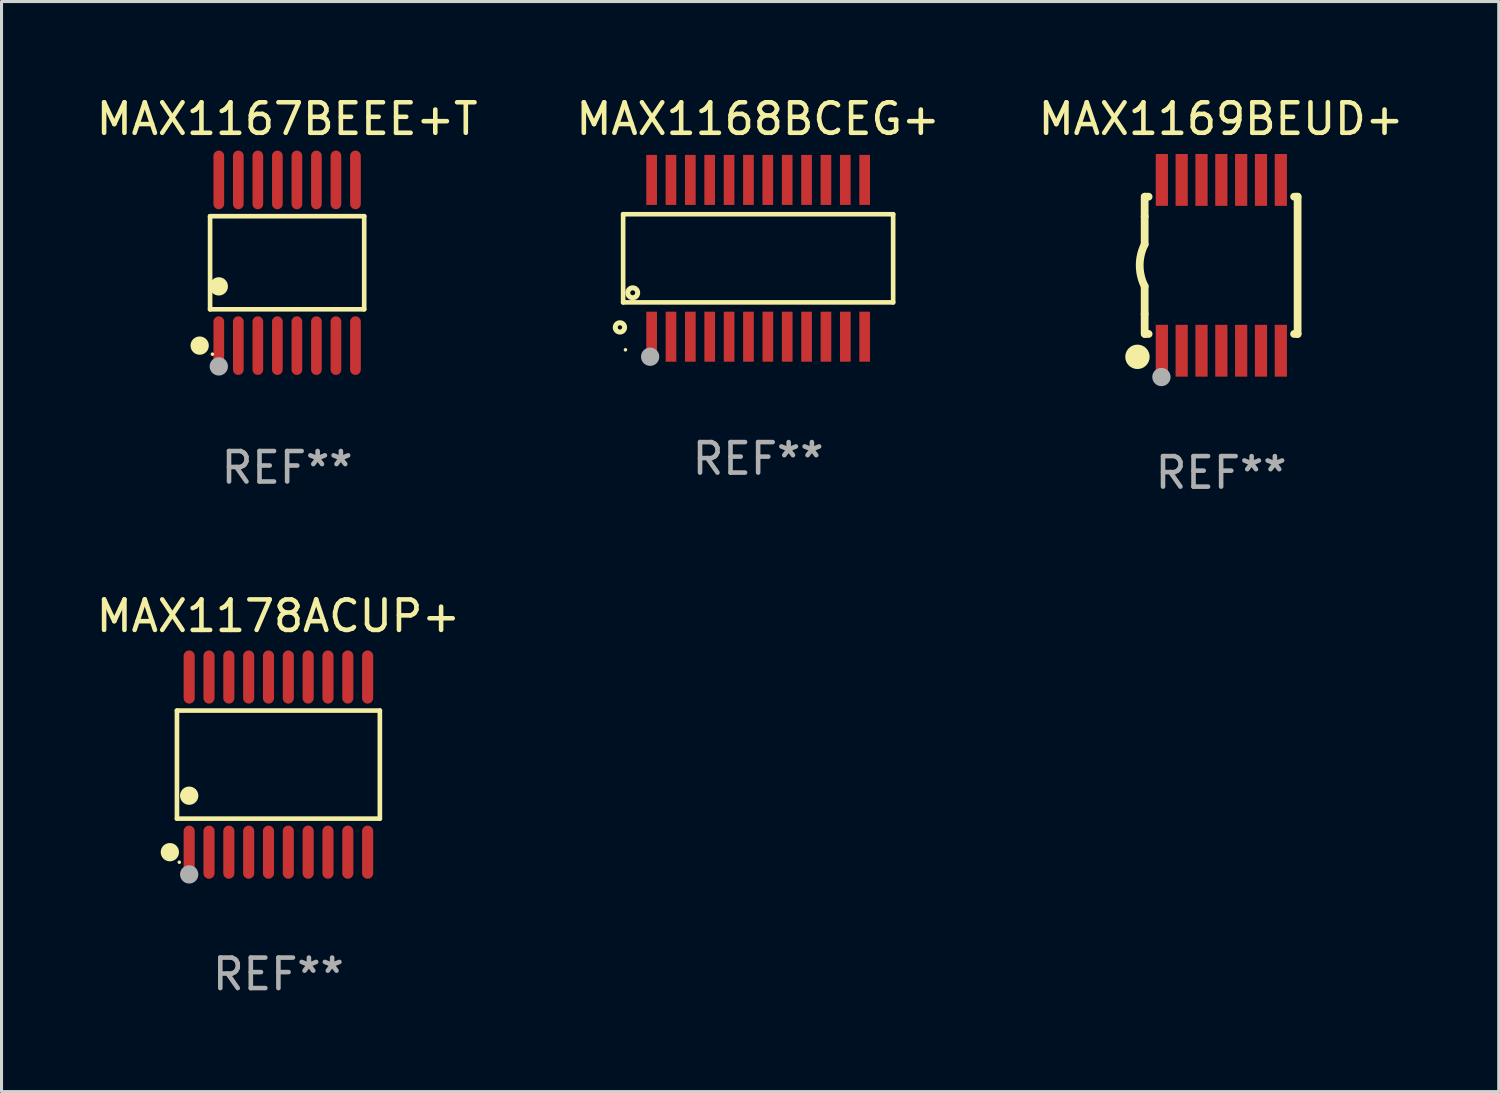
<source format=kicad_pcb>
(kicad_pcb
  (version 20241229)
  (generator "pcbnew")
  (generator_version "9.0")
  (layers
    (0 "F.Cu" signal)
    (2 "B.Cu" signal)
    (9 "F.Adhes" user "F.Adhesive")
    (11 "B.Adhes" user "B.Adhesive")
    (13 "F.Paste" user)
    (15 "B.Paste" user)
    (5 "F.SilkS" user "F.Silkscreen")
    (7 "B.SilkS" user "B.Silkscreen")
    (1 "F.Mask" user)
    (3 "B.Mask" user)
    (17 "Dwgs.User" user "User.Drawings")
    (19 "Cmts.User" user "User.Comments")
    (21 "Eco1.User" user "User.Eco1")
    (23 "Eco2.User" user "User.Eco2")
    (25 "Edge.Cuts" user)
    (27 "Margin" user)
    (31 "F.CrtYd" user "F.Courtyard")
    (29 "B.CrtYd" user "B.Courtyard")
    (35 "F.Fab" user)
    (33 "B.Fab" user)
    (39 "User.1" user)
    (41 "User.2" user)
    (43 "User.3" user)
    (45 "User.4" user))
  (footprint "MAX1168BCEG+"
    (layer "F.Cu")
    (at 21.804 5.418)
    (property "Reference" "MAX1168BCEG+" (at 0 -4.57 0) (layer "F.SilkS") (effects (font (size 1 1) (thickness 0.15))))
    (attr through_hole)
    (fp_line (start -4.426 -1.445) (end 4.426 -1.445) (stroke (width 0.152) (type solid)) (layer "F.SilkS"))
    (fp_line (start -4.426 1.445) (end -4.426 -1.445) (stroke (width 0.152) (type solid)) (layer "F.SilkS"))
    (fp_line (start 4.426 -1.445) (end 4.426 1.445) (stroke (width 0.152) (type solid)) (layer "F.SilkS"))
    (fp_line (start 4.426 1.445) (end -4.426 1.445) (stroke (width 0.152) (type solid)) (layer "F.SilkS"))
    (fp_circle (center -4.531 2.265) (end -4.378 2.265) (stroke (width 0.163) (type solid)) (fill no) (layer "F.SilkS"))
    (fp_circle (center -4.35 3) (end -4.32 3) (stroke (width 0.06) (type solid)) (fill no) (layer "F.SilkS"))
    (fp_circle (center -4.111 1.13) (end -4.03 1.13) (stroke (width 0.163) (type solid)) (fill no) (layer "F.SilkS"))
    (fp_circle (center -3.54 3.227) (end -3.39 3.227) (stroke (width 0.3) (type solid)) (fill no) (layer "F.Fab"))
    (fp_text user "REF**" (at 0 6.57 0) (layer "F.Fab") (effects (font (size 1 1) (thickness 0.15))))
    (pad "1" smd rect (at -3.492 2.57) (size 0.35 1.64) (layers "F.Cu" "F.Mask" "F.Paste"))
    (pad "2" smd rect (at -2.857 2.57) (size 0.35 1.64) (layers "F.Cu" "F.Mask" "F.Paste"))
    (pad "3" smd rect (at -2.222 2.57) (size 0.35 1.64) (layers "F.Cu" "F.Mask" "F.Paste"))
    (pad "4" smd rect (at -1.587 2.57) (size 0.35 1.64) (layers "F.Cu" "F.Mask" "F.Paste"))
    (pad "5" smd rect (at -0.952 2.57) (size 0.35 1.64) (layers "F.Cu" "F.Mask" "F.Paste"))
    (pad "6" smd rect (at -0.317 2.57) (size 0.35 1.64) (layers "F.Cu" "F.Mask" "F.Paste"))
    (pad "7" smd rect (at 0.318 2.57) (size 0.35 1.64) (layers "F.Cu" "F.Mask" "F.Paste"))
    (pad "8" smd rect (at 0.953 2.57) (size 0.35 1.64) (layers "F.Cu" "F.Mask" "F.Paste"))
    (pad "9" smd rect (at 1.588 2.57) (size 0.35 1.64) (layers "F.Cu" "F.Mask" "F.Paste"))
    (pad "10" smd rect (at 2.223 2.57) (size 0.35 1.64) (layers "F.Cu" "F.Mask" "F.Paste"))
    (pad "11" smd rect (at 2.858 2.57) (size 0.35 1.64) (layers "F.Cu" "F.Mask" "F.Paste"))
    (pad "12" smd rect (at 3.493 2.57) (size 0.35 1.64) (layers "F.Cu" "F.Mask" "F.Paste"))
    (pad "13" smd rect (at 3.492 -2.57) (size 0.35 1.64) (layers "F.Cu" "F.Mask" "F.Paste"))
    (pad "14" smd rect (at 2.857 -2.57) (size 0.35 1.64) (layers "F.Cu" "F.Mask" "F.Paste"))
    (pad "15" smd rect (at 2.222 -2.57) (size 0.35 1.64) (layers "F.Cu" "F.Mask" "F.Paste"))
    (pad "16" smd rect (at 1.587 -2.57) (size 0.35 1.64) (layers "F.Cu" "F.Mask" "F.Paste"))
    (pad "17" smd rect (at 0.952 -2.57) (size 0.35 1.64) (layers "F.Cu" "F.Mask" "F.Paste"))
    (pad "18" smd rect (at 0.317 -2.57) (size 0.35 1.64) (layers "F.Cu" "F.Mask" "F.Paste"))
    (pad "19" smd rect (at -0.318 -2.57) (size 0.35 1.64) (layers "F.Cu" "F.Mask" "F.Paste"))
    (pad "20" smd rect (at -0.953 -2.57) (size 0.35 1.64) (layers "F.Cu" "F.Mask" "F.Paste"))
    (pad "21" smd rect (at -1.588 -2.57) (size 0.35 1.64) (layers "F.Cu" "F.Mask" "F.Paste"))
    (pad "22" smd rect (at -2.223 -2.57) (size 0.35 1.64) (layers "F.Cu" "F.Mask" "F.Paste"))
    (pad "23" smd rect (at -2.858 -2.57) (size 0.35 1.64) (layers "F.Cu" "F.Mask" "F.Paste"))
    (pad "24" smd rect (at -3.492 -2.57) (size 0.35 1.64) (layers "F.Cu" "F.Mask" "F.Paste")))
  (footprint "MAX1167BEEE+T"
    (layer "F.Cu")
    (at 6.363 5.564)
    (property "Reference" "MAX1167BEEE+T" (at 0 -4.716 0) (layer "F.SilkS") (effects (font (size 1 1) (thickness 0.15))))
    (attr through_hole)
    (fp_line (start -2.526 -1.526) (end 2.526 -1.526) (stroke (width 0.152) (type solid)) (layer "F.SilkS"))
    (fp_line (start -2.526 1.526) (end -2.526 -1.526) (stroke (width 0.152) (type solid)) (layer "F.SilkS"))
    (fp_line (start 2.526 -1.526) (end 2.526 1.526) (stroke (width 0.152) (type solid)) (layer "F.SilkS"))
    (fp_line (start 2.526 1.526) (end -2.526 1.526) (stroke (width 0.152) (type solid)) (layer "F.SilkS"))
    (fp_circle (center -2.867 2.716) (end -2.717 2.716) (stroke (width 0.3) (type solid)) (fill no) (layer "F.SilkS"))
    (fp_circle (center -2.45 2.997) (end -2.42 2.997) (stroke (width 0.06) (type solid)) (fill no) (layer "F.SilkS"))
    (fp_circle (center -2.24 0.774) (end -2.09 0.774) (stroke (width 0.3) (type solid)) (fill no) (layer "F.SilkS"))
    (fp_circle (center -2.24 3.398) (end -2.09 3.398) (stroke (width 0.3) (type solid)) (fill no) (layer "F.Fab"))
    (fp_text user "REF**" (at 0 6.716 0) (layer "F.Fab") (effects (font (size 1 1) (thickness 0.15))))
    (pad "1" smd oval (at -2.24 2.716) (size 0.35 1.922) (layers "F.Cu" "F.Mask" "F.Paste"))
    (pad "2" smd oval (at -1.6 2.716) (size 0.35 1.922) (layers "F.Cu" "F.Mask" "F.Paste"))
    (pad "3" smd oval (at -0.96 2.716) (size 0.35 1.922) (layers "F.Cu" "F.Mask" "F.Paste"))
    (pad "4" smd oval (at -0.32 2.716) (size 0.35 1.922) (layers "F.Cu" "F.Mask" "F.Paste"))
    (pad "5" smd oval (at 0.32 2.716) (size 0.35 1.922) (layers "F.Cu" "F.Mask" "F.Paste"))
    (pad "6" smd oval (at 0.96 2.716) (size 0.35 1.922) (layers "F.Cu" "F.Mask" "F.Paste"))
    (pad "7" smd oval (at 1.6 2.716) (size 0.35 1.922) (layers "F.Cu" "F.Mask" "F.Paste"))
    (pad "8" smd oval (at 2.24 2.716) (size 0.35 1.922) (layers "F.Cu" "F.Mask" "F.Paste"))
    (pad "9" smd oval (at 2.24 -2.716) (size 0.35 1.922) (layers "F.Cu" "F.Mask" "F.Paste"))
    (pad "10" smd oval (at 1.6 -2.716) (size 0.35 1.922) (layers "F.Cu" "F.Mask" "F.Paste"))
    (pad "11" smd oval (at 0.96 -2.716) (size 0.35 1.922) (layers "F.Cu" "F.Mask" "F.Paste"))
    (pad "12" smd oval (at 0.32 -2.716) (size 0.35 1.922) (layers "F.Cu" "F.Mask" "F.Paste"))
    (pad "13" smd oval (at -0.32 -2.716) (size 0.35 1.922) (layers "F.Cu" "F.Mask" "F.Paste"))
    (pad "14" smd oval (at -0.96 -2.716) (size 0.35 1.922) (layers "F.Cu" "F.Mask" "F.Paste"))
    (pad "15" smd oval (at -1.6 -2.716) (size 0.35 1.922) (layers "F.Cu" "F.Mask" "F.Paste"))
    (pad "16" smd oval (at -2.24 -2.716) (size 0.35 1.922) (layers "F.Cu" "F.Mask" "F.Paste")))
  (footprint "MAX1169BEUD+"
    (layer "F.Cu")
    (at 36.982 5.648)
    (property "Reference" "MAX1169BEUD+" (at 0 -4.8 0) (layer "F.SilkS") (effects (font (size 1 1) (thickness 0.15))))
    (attr through_hole)
    (fp_line (start -2.507 -1.6) (end -2.507 -2.25) (stroke (width 0.254) (type solid)) (layer "F.SilkS"))
    (fp_line (start -2.507 -0.686) (end -2.507 -1.6) (stroke (width 0.254) (type solid)) (layer "F.SilkS"))
    (fp_line (start -2.507 1.6) (end -2.507 0.686) (stroke (width 0.254) (type solid)) (layer "F.SilkS"))
    (fp_line (start -2.507 1.6) (end -2.507 2.25) (stroke (width 0.254) (type solid)) (layer "F.SilkS"))
    (fp_line (start -2.493 -2.25) (end -2.377 -2.25) (stroke (width 0.254) (type solid)) (layer "F.SilkS"))
    (fp_line (start -2.377 2.25) (end -2.493 2.25) (stroke (width 0.254) (type solid)) (layer "F.SilkS"))
    (fp_line (start 2.392 -2.25) (end 2.507 -2.25) (stroke (width 0.254) (type solid)) (layer "F.SilkS"))
    (fp_line (start 2.507 -2.25) (end 2.507 2.25) (stroke (width 0.254) (type solid)) (layer "F.SilkS"))
    (fp_line (start 2.507 2.25) (end 2.392 2.25) (stroke (width 0.254) (type solid)) (layer "F.SilkS"))
    (fp_arc (start -2.507303 0.685802) (mid -2.669199 0) (end -2.507303 -0.685801) (stroke (width 0.254001) (type solid)) (layer "F.SilkS"))
    (fp_circle (center -2.743 3) (end -2.543 3) (stroke (width 0.4) (type solid)) (fill no) (layer "F.SilkS"))
    (fp_circle (center -2.493 3.2) (end -2.463 3.2) (stroke (width 0.06) (type solid)) (fill no) (layer "F.SilkS"))
    (fp_circle (center -1.957 3.662) (end -1.807 3.662) (stroke (width 0.3) (type solid)) (fill no) (layer "F.Fab"))
    (fp_text user "REF**" (at 0 6.8 0) (layer "F.Fab") (effects (font (size 1 1) (thickness 0.15))))
    (pad "1" smd rect (at -1.943 2.8) (size 0.4 1.7) (layers "F.Cu" "F.Mask" "F.Paste"))
    (pad "2" smd rect (at -1.293 2.8) (size 0.4 1.7) (layers "F.Cu" "F.Mask" "F.Paste"))
    (pad "3" smd rect (at -0.643 2.8) (size 0.4 1.7) (layers "F.Cu" "F.Mask" "F.Paste"))
    (pad "4" smd rect (at 0.007 2.8) (size 0.4 1.7) (layers "F.Cu" "F.Mask" "F.Paste"))
    (pad "5" smd rect (at 0.657 2.8) (size 0.4 1.7) (layers "F.Cu" "F.Mask" "F.Paste"))
    (pad "6" smd rect (at 1.307 2.8) (size 0.4 1.7) (layers "F.Cu" "F.Mask" "F.Paste"))
    (pad "7" smd rect (at 1.957 2.8) (size 0.4 1.7) (layers "F.Cu" "F.Mask" "F.Paste"))
    (pad "8" smd rect (at 1.957 -2.8) (size 0.4 1.7) (layers "F.Cu" "F.Mask" "F.Paste"))
    (pad "9" smd rect (at 1.307 -2.8) (size 0.4 1.7) (layers "F.Cu" "F.Mask" "F.Paste"))
    (pad "10" smd rect (at 0.657 -2.8) (size 0.4 1.7) (layers "F.Cu" "F.Mask" "F.Paste"))
    (pad "11" smd rect (at 0.007 -2.8) (size 0.4 1.7) (layers "F.Cu" "F.Mask" "F.Paste"))
    (pad "12" smd rect (at -0.643 -2.8) (size 0.4 1.7) (layers "F.Cu" "F.Mask" "F.Paste"))
    (pad "13" smd rect (at -1.293 -2.8) (size 0.4 1.7) (layers "F.Cu" "F.Mask" "F.Paste"))
    (pad "14" smd rect (at -1.943 -2.8) (size 0.4 1.7) (layers "F.Cu" "F.Mask" "F.Paste")))
  (footprint "MAX1178ACUP+"
    (layer "F.Cu")
    (at 6.077 22.016)
    (property "Reference" "MAX1178ACUP+" (at 0 -4.871 0) (layer "F.SilkS") (effects (font (size 1 1) (thickness 0.15))))
    (attr through_hole)
    (fp_line (start -3.326 -1.771) (end 3.326 -1.771) (stroke (width 0.152) (type solid)) (layer "F.SilkS"))
    (fp_line (start -3.326 1.771) (end -3.326 -1.771) (stroke (width 0.152) (type solid)) (layer "F.SilkS"))
    (fp_line (start 3.326 -1.771) (end 3.326 1.771) (stroke (width 0.152) (type solid)) (layer "F.SilkS"))
    (fp_line (start 3.326 1.771) (end -3.326 1.771) (stroke (width 0.152) (type solid)) (layer "F.SilkS"))
    (fp_circle (center -3.559 2.871) (end -3.409 2.871) (stroke (width 0.3) (type solid)) (fill no) (layer "F.SilkS"))
    (fp_circle (center -3.25 3.2) (end -3.22 3.2) (stroke (width 0.06) (type solid)) (fill no) (layer "F.SilkS"))
    (fp_circle (center -2.925 1.019) (end -2.775 1.019) (stroke (width 0.3) (type solid)) (fill no) (layer "F.SilkS"))
    (fp_circle (center -2.925 3.6) (end -2.775 3.6) (stroke (width 0.3) (type solid)) (fill no) (layer "F.Fab"))
    (fp_text user "REF**" (at 0 6.871 0) (layer "F.Fab") (effects (font (size 1 1) (thickness 0.15))))
    (pad "1" smd oval (at -2.925 2.871) (size 0.364 1.742) (layers "F.Cu" "F.Mask" "F.Paste"))
    (pad "2" smd oval (at -2.275 2.871) (size 0.364 1.742) (layers "F.Cu" "F.Mask" "F.Paste"))
    (pad "3" smd oval (at -1.625 2.871) (size 0.364 1.742) (layers "F.Cu" "F.Mask" "F.Paste"))
    (pad "4" smd oval (at -0.975 2.871) (size 0.364 1.742) (layers "F.Cu" "F.Mask" "F.Paste"))
    (pad "5" smd oval (at -0.325 2.871) (size 0.364 1.742) (layers "F.Cu" "F.Mask" "F.Paste"))
    (pad "6" smd oval (at 0.325 2.871) (size 0.364 1.742) (layers "F.Cu" "F.Mask" "F.Paste"))
    (pad "7" smd oval (at 0.975 2.871) (size 0.364 1.742) (layers "F.Cu" "F.Mask" "F.Paste"))
    (pad "8" smd oval (at 1.625 2.871) (size 0.364 1.742) (layers "F.Cu" "F.Mask" "F.Paste"))
    (pad "9" smd oval (at 2.275 2.871) (size 0.364 1.742) (layers "F.Cu" "F.Mask" "F.Paste"))
    (pad "10" smd oval (at 2.925 2.871) (size 0.364 1.742) (layers "F.Cu" "F.Mask" "F.Paste"))
    (pad "11" smd oval (at 2.925 -2.871) (size 0.364 1.742) (layers "F.Cu" "F.Mask" "F.Paste"))
    (pad "12" smd oval (at 2.275 -2.871) (size 0.364 1.742) (layers "F.Cu" "F.Mask" "F.Paste"))
    (pad "13" smd oval (at 1.625 -2.871) (size 0.364 1.742) (layers "F.Cu" "F.Mask" "F.Paste"))
    (pad "14" smd oval (at 0.975 -2.871) (size 0.364 1.742) (layers "F.Cu" "F.Mask" "F.Paste"))
    (pad "15" smd oval (at 0.325 -2.871) (size 0.364 1.742) (layers "F.Cu" "F.Mask" "F.Paste"))
    (pad "16" smd oval (at -0.325 -2.871) (size 0.364 1.742) (layers "F.Cu" "F.Mask" "F.Paste"))
    (pad "17" smd oval (at -0.975 -2.871) (size 0.364 1.742) (layers "F.Cu" "F.Mask" "F.Paste"))
    (pad "18" smd oval (at -1.625 -2.871) (size 0.364 1.742) (layers "F.Cu" "F.Mask" "F.Paste"))
    (pad "19" smd oval (at -2.275 -2.871) (size 0.364 1.742) (layers "F.Cu" "F.Mask" "F.Paste"))
    (pad "20" smd oval (at -2.925 -2.871) (size 0.364 1.742) (layers "F.Cu" "F.Mask" "F.Paste")))
  (gr_rect
    (start -3 -3)
    (end 46.083 32.735)
    (stroke (width 0.1) (type default))
    (fill no)
    (layer "Edge.Cuts")))
</source>
